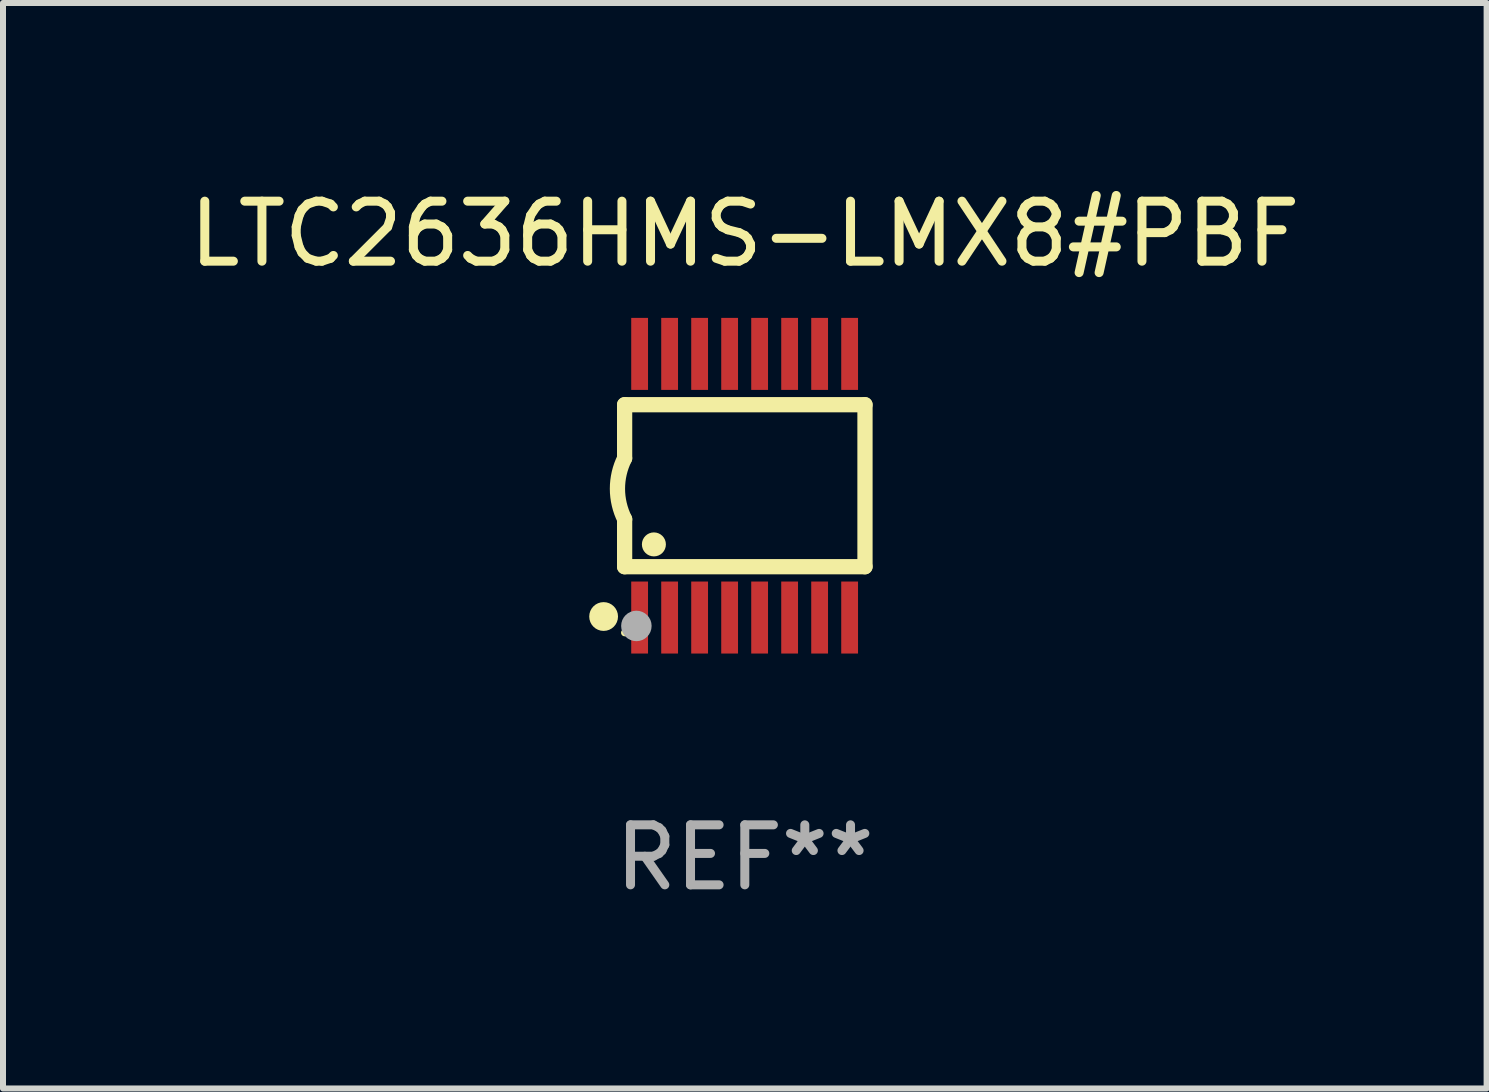
<source format=kicad_pcb>
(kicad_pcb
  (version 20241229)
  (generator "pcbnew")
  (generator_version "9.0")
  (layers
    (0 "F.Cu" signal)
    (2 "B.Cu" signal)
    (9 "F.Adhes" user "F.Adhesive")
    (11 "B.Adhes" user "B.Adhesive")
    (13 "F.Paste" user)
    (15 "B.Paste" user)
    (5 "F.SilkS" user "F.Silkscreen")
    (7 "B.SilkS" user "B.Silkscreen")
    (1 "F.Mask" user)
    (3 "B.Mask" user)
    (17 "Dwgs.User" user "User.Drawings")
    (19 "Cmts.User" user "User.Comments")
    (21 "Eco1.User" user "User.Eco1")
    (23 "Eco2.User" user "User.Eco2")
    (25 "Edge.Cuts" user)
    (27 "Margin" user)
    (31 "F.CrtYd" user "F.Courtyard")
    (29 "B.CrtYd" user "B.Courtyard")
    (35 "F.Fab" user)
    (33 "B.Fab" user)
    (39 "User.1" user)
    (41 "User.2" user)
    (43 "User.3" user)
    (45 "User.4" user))
  (footprint "LTC2636HMS-LMX8#PBF"
    (layer "F.Cu")
    (at 9.363 5.045)
    (property "Reference" "LTC2636HMS-LMX8#PBF" (at 0 -4.197 0) (layer "F.SilkS") (effects (font (size 1 1) (thickness 0.15))))
    (attr through_hole)
    (fp_line (start -2.003 -1.35) (end -2.003 -0.457) (stroke (width 0.254) (type solid)) (layer "F.SilkS"))
    (fp_line (start -2.003 -1.35) (end 2.003 -1.35) (stroke (width 0.254) (type solid)) (layer "F.SilkS"))
    (fp_line (start -2.003 1.35) (end -2.003 0.559) (stroke (width 0.254) (type solid)) (layer "F.SilkS"))
    (fp_line (start -2.003 1.35) (end 2.003 1.35) (stroke (width 0.254) (type solid)) (layer "F.SilkS"))
    (fp_line (start 2.003 -1.35) (end 2.003 1.35) (stroke (width 0.254) (type solid)) (layer "F.SilkS"))
    (fp_arc (start -2.002286 0.558802) (mid -2.122556 0.05092) (end -2.003302 -0.457201) (stroke (width 0.254001) (type solid)) (layer "F.SilkS"))
    (fp_circle (center -2.353 2.18) (end -2.233 2.18) (stroke (width 0.24) (type solid)) (fill no) (layer "F.SilkS"))
    (fp_circle (center -2.003 2.45) (end -1.973 2.45) (stroke (width 0.06) (type solid)) (fill no) (layer "F.SilkS"))
    (fp_circle (center -1.515 0.978) (end -1.415 0.978) (stroke (width 0.2) (type solid)) (fill no) (layer "F.SilkS"))
    (fp_circle (center -1.807 2.337) (end -1.68 2.337) (stroke (width 0.254) (type solid)) (fill no) (layer "F.Fab"))
    (fp_text user "REF**" (at 0 6.197 0) (layer "F.Fab") (effects (font (size 1 1) (thickness 0.15))))
    (pad "1" smd rect (at -1.753 2.197 90) (size 1.2 0.28) (layers "F.Cu" "F.Mask" "F.Paste"))
    (pad "2" smd rect (at -1.253 2.197 90) (size 1.2 0.28) (layers "F.Cu" "F.Mask" "F.Paste"))
    (pad "3" smd rect (at -0.753 2.197 90) (size 1.2 0.28) (layers "F.Cu" "F.Mask" "F.Paste"))
    (pad "4" smd rect (at -0.253 2.197 90) (size 1.2 0.28) (layers "F.Cu" "F.Mask" "F.Paste"))
    (pad "5" smd rect (at 0.247 2.197 90) (size 1.2 0.28) (layers "F.Cu" "F.Mask" "F.Paste"))
    (pad "6" smd rect (at 0.747 2.197 90) (size 1.2 0.28) (layers "F.Cu" "F.Mask" "F.Paste"))
    (pad "7" smd rect (at 1.247 2.197 90) (size 1.2 0.28) (layers "F.Cu" "F.Mask" "F.Paste"))
    (pad "8" smd rect (at 1.747 2.197 90) (size 1.2 0.28) (layers "F.Cu" "F.Mask" "F.Paste"))
    (pad "9" smd rect (at 1.747 -2.197 90) (size 1.2 0.28) (layers "F.Cu" "F.Mask" "F.Paste"))
    (pad "10" smd rect (at 1.247 -2.197 90) (size 1.2 0.28) (layers "F.Cu" "F.Mask" "F.Paste"))
    (pad "11" smd rect (at 0.747 -2.197 90) (size 1.2 0.28) (layers "F.Cu" "F.Mask" "F.Paste"))
    (pad "12" smd rect (at 0.247 -2.197 90) (size 1.2 0.28) (layers "F.Cu" "F.Mask" "F.Paste"))
    (pad "13" smd rect (at -0.253 -2.197 90) (size 1.2 0.28) (layers "F.Cu" "F.Mask" "F.Paste"))
    (pad "14" smd rect (at -0.753 -2.197 90) (size 1.2 0.28) (layers "F.Cu" "F.Mask" "F.Paste"))
    (pad "15" smd rect (at -1.253 -2.197 90) (size 1.2 0.28) (layers "F.Cu" "F.Mask" "F.Paste"))
    (pad "16" smd rect (at -1.753 -2.197 90) (size 1.2 0.28) (layers "F.Cu" "F.Mask" "F.Paste")))
  (gr_rect
    (start -3 -3)
    (end 21.726 15.091)
    (stroke (width 0.1) (type default))
    (fill no)
    (layer "Edge.Cuts")))
</source>
